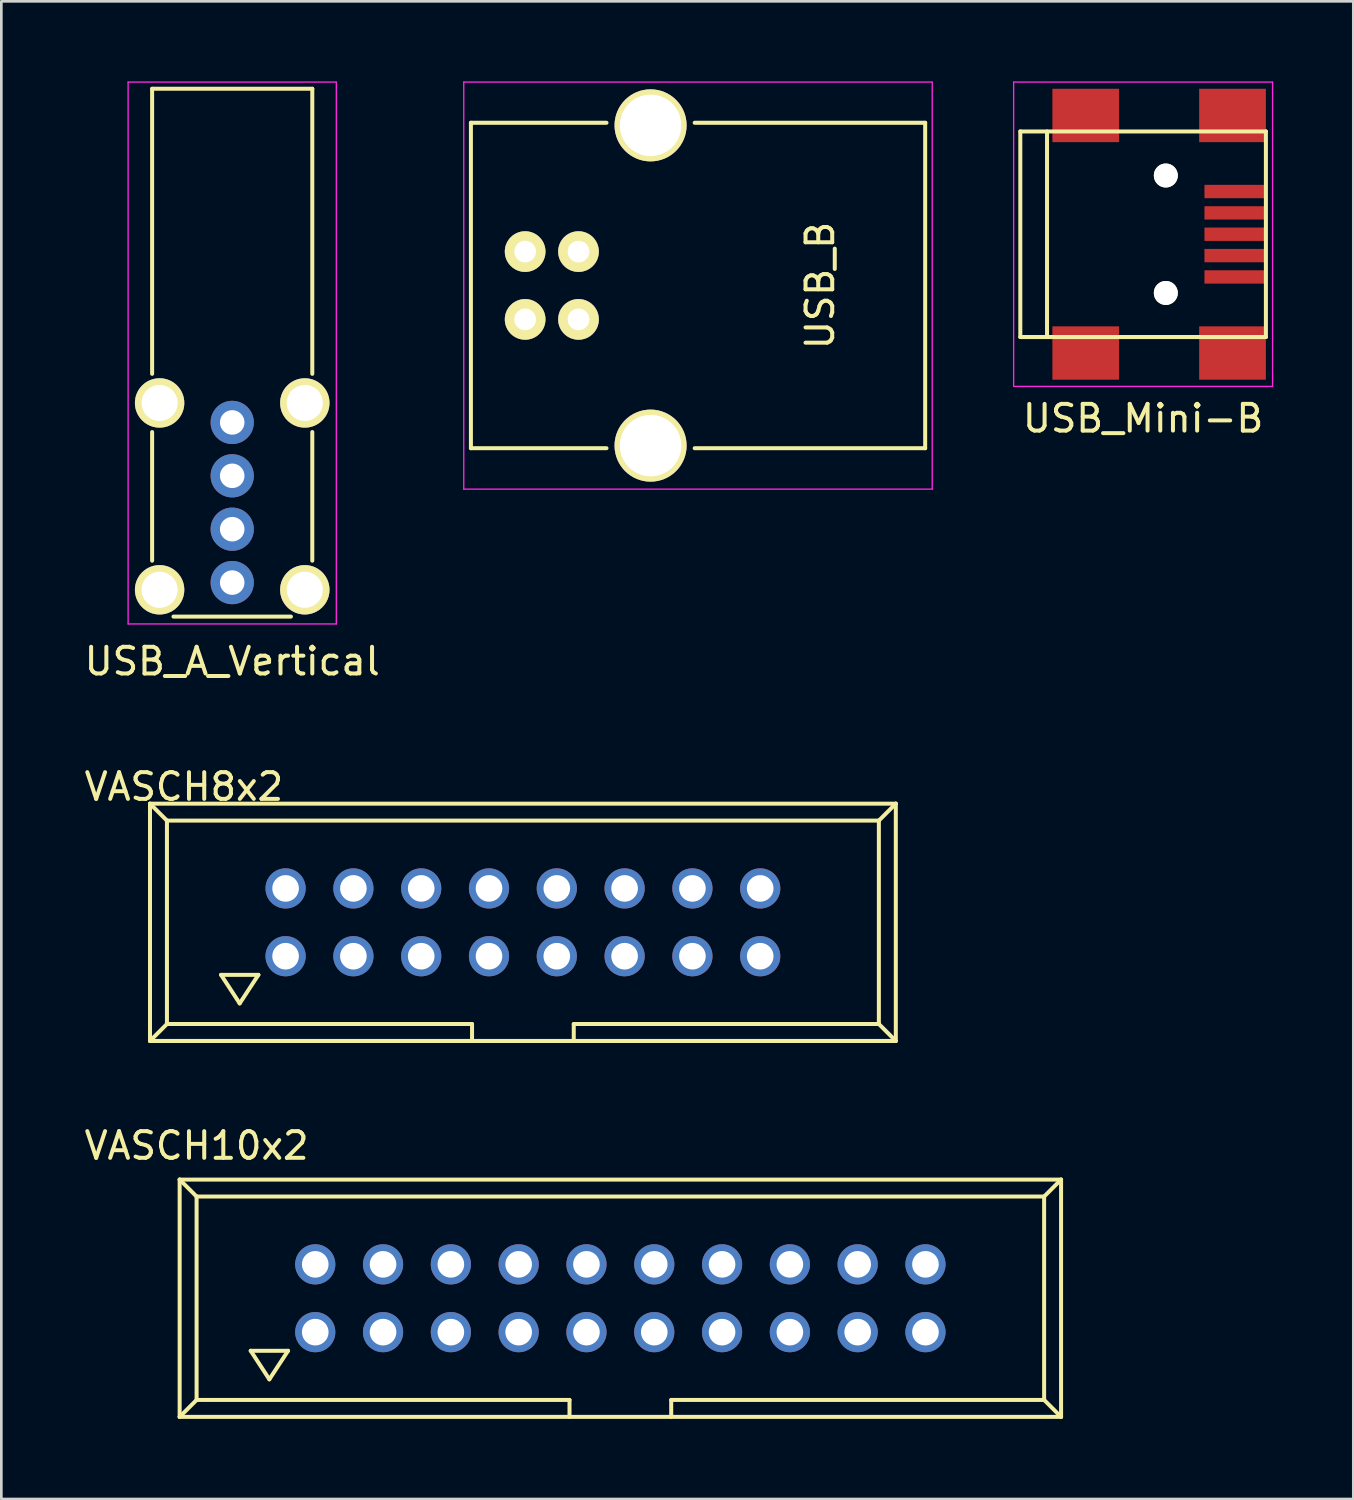
<source format=kicad_pcb>
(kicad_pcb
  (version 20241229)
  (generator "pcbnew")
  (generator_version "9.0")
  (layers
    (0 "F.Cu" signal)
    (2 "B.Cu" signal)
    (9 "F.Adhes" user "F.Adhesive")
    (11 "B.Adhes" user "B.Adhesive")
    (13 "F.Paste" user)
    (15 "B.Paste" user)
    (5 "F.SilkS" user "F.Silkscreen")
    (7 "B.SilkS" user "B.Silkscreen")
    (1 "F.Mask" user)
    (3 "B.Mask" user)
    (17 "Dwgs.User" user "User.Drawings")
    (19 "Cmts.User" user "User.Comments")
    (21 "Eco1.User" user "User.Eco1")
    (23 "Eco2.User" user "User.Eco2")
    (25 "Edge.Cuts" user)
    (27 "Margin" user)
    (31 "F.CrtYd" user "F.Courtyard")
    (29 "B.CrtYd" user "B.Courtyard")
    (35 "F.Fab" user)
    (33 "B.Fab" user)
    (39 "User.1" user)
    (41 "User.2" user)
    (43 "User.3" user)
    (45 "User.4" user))
  (footprint "USB_A_Vertical"
    (layer "F.Cu")
    (at 5.649 12.775)
    (property "Reference" "USB_A_Vertical" (at 0 8.95 0) (layer "F.SilkS") (effects (font (size 1 1) (thickness 0.15))))
    (attr through_hole)
    (fp_line (start -3 -12.5) (end 3 -12.5) (stroke (width 0.15) (type solid)) (layer "F.SilkS"))
    (fp_line (start -3 -1.82) (end -3 -12.5) (stroke (width 0.15) (type solid)) (layer "F.SilkS"))
    (fp_line (start -3 0.36) (end -3 5.18) (stroke (width 0.15) (type solid)) (layer "F.SilkS"))
    (fp_line (start 2.2 7.274) (end -2.2 7.274) (stroke (width 0.15) (type solid)) (layer "F.SilkS"))
    (fp_line (start 3 -1.82) (end 3 -12.5) (stroke (width 0.15) (type solid)) (layer "F.SilkS"))
    (fp_line (start 3 0.36) (end 3 5.18) (stroke (width 0.15) (type solid)) (layer "F.SilkS"))
    (fp_line (start -3.9 -12.75) (end 3.9 -12.75) (stroke (width 0.05) (type solid)) (layer "F.CrtYd"))
    (fp_line (start -3.9 7.55) (end -3.9 -12.75) (stroke (width 0.05) (type solid)) (layer "F.CrtYd"))
    (fp_line (start 3.9 -12.75) (end 3.9 7.55) (stroke (width 0.05) (type solid)) (layer "F.CrtYd"))
    (fp_line (start 3.9 7.55) (end -3.9 7.55) (stroke (width 0.05) (type solid)) (layer "F.CrtYd"))
    (pad "1" thru_hole circle (at 0 0) (size 1.62 1.62) (drill 0.92) (layers "*.Cu" "*.Mask"))
    (pad "2" thru_hole circle (at 0 2) (size 1.62 1.62) (drill 0.92) (layers "*.Cu" "*.Mask"))
    (pad "3" thru_hole circle (at 0 4) (size 1.62 1.62) (drill 0.92) (layers "*.Cu" "*.Mask"))
    (pad "4" thru_hole circle (at 0 6) (size 1.62 1.62) (drill 0.92) (layers "*.Cu" "*.Mask"))
    (pad "5" thru_hole circle (at -2.72 -0.73) (size 1.85 1.85) (drill 1.35) (layers "*.Cu" "*.Mask" "F.SilkS"))
    (pad "5" thru_hole circle (at -2.72 6.27) (size 1.85 1.85) (drill 1.35) (layers "*.Cu" "*.Mask" "F.SilkS"))
    (pad "5" thru_hole circle (at 2.72 -0.73) (size 1.85 1.85) (drill 1.35) (layers "*.Cu" "*.Mask" "F.SilkS"))
    (pad "5" thru_hole circle (at 2.72 6.27) (size 1.85 1.85) (drill 1.35) (layers "*.Cu" "*.Mask" "F.SilkS")))
  (footprint "VASCH8x2"
    (layer "F.Cu")
    (at 16.539 31.502)
    (property "Reference" "VASCH8x2" (at -12.7 -5.08 0) (layer "F.SilkS") (effects (font (size 1 1) (thickness 0.15))))
    (attr exclude_from_pos_files exclude_from_bom)
    (fp_line (start -13.97 -4.445) (end -13.97 4.445) (stroke (width 0.15) (type solid)) (layer "F.SilkS"))
    (fp_line (start -13.97 -4.445) (end 13.97 -4.445) (stroke (width 0.15) (type solid)) (layer "F.SilkS"))
    (fp_line (start -13.335 -3.81) (end -13.97 -4.445) (stroke (width 0.15) (type solid)) (layer "F.SilkS"))
    (fp_line (start -13.335 -3.81) (end -13.335 3.81) (stroke (width 0.15) (type solid)) (layer "F.SilkS"))
    (fp_line (start -13.335 3.81) (end -13.97 4.445) (stroke (width 0.15) (type solid)) (layer "F.SilkS"))
    (fp_line (start -13.335 3.81) (end -1.905 3.81) (stroke (width 0.15) (type solid)) (layer "F.SilkS"))
    (fp_line (start -11.308 1.968) (end -10.61 3.038) (stroke (width 0.15) (type solid)) (layer "F.SilkS"))
    (fp_line (start -10.61 3.038) (end -9.909 1.968) (stroke (width 0.15) (type solid)) (layer "F.SilkS"))
    (fp_line (start -9.909 1.968) (end -11.308 1.968) (stroke (width 0.15) (type solid)) (layer "F.SilkS"))
    (fp_line (start -1.905 3.81) (end -1.905 4.445) (stroke (width 0.15) (type solid)) (layer "F.SilkS"))
    (fp_line (start 1.905 3.81) (end 13.335 3.81) (stroke (width 0.15) (type solid)) (layer "F.SilkS"))
    (fp_line (start 1.905 4.445) (end 1.905 3.81) (stroke (width 0.15) (type solid)) (layer "F.SilkS"))
    (fp_line (start 13.335 -3.81) (end -13.335 -3.81) (stroke (width 0.15) (type solid)) (layer "F.SilkS"))
    (fp_line (start 13.335 -3.81) (end 13.97 -4.445) (stroke (width 0.15) (type solid)) (layer "F.SilkS"))
    (fp_line (start 13.335 3.81) (end 13.335 -3.81) (stroke (width 0.15) (type solid)) (layer "F.SilkS"))
    (fp_line (start 13.335 3.81) (end 13.97 4.445) (stroke (width 0.15) (type solid)) (layer "F.SilkS"))
    (fp_line (start 13.97 -4.445) (end 13.97 4.445) (stroke (width 0.15) (type solid)) (layer "F.SilkS"))
    (fp_line (start 13.97 4.445) (end -13.97 4.445) (stroke (width 0.15) (type solid)) (layer "F.SilkS"))
    (pad "1" thru_hole circle (at -8.89 1.27) (size 1.506 1.506) (drill 0.998) (layers "*.Cu" "*.Mask"))
    (pad "2" thru_hole circle (at -8.89 -1.27) (size 1.506 1.506) (drill 0.998) (layers "*.Cu" "*.Mask"))
    (pad "3" thru_hole circle (at -6.35 1.27) (size 1.506 1.506) (drill 0.998) (layers "*.Cu" "*.Mask"))
    (pad "4" thru_hole circle (at -6.35 -1.27) (size 1.506 1.506) (drill 0.998) (layers "*.Cu" "*.Mask"))
    (pad "5" thru_hole circle (at -3.81 1.27) (size 1.506 1.506) (drill 0.998) (layers "*.Cu" "*.Mask"))
    (pad "6" thru_hole circle (at -3.81 -1.27) (size 1.506 1.506) (drill 0.998) (layers "*.Cu" "*.Mask"))
    (pad "7" thru_hole circle (at -1.27 1.27) (size 1.506 1.506) (drill 0.998) (layers "*.Cu" "*.Mask"))
    (pad "8" thru_hole circle (at -1.27 -1.27) (size 1.506 1.506) (drill 0.998) (layers "*.Cu" "*.Mask"))
    (pad "9" thru_hole circle (at 1.27 1.27) (size 1.506 1.506) (drill 0.998) (layers "*.Cu" "*.Mask"))
    (pad "10" thru_hole circle (at 1.27 -1.27) (size 1.506 1.506) (drill 0.998) (layers "*.Cu" "*.Mask"))
    (pad "11" thru_hole circle (at 3.81 1.27) (size 1.506 1.506) (drill 0.998) (layers "*.Cu" "*.Mask"))
    (pad "12" thru_hole circle (at 3.81 -1.27) (size 1.506 1.506) (drill 0.998) (layers "*.Cu" "*.Mask"))
    (pad "13" thru_hole circle (at 6.35 1.27) (size 1.506 1.506) (drill 0.998) (layers "*.Cu" "*.Mask"))
    (pad "14" thru_hole circle (at 6.35 -1.27) (size 1.506 1.506) (drill 0.998) (layers "*.Cu" "*.Mask"))
    (pad "15" thru_hole circle (at 8.89 1.27) (size 1.506 1.506) (drill 0.998) (layers "*.Cu" "*.Mask"))
    (pad "16" thru_hole circle (at 8.89 -1.27) (size 1.506 1.506) (drill 0.998) (layers "*.Cu" "*.Mask")))
  (footprint "USB_B"
    (layer "F.Cu")
    (at 16.623 6.375)
    (property "Reference" "USB_B" (at 11.049 1.27 90) (layer "F.SilkS") (effects (font (size 1 1) (thickness 0.15))))
    (attr through_hole)
    (fp_line (start -2.032 -4.826) (end 3.048 -4.826) (stroke (width 0.15) (type solid)) (layer "F.SilkS"))
    (fp_line (start -2.032 7.366) (end -2.032 -4.826) (stroke (width 0.15) (type solid)) (layer "F.SilkS"))
    (fp_line (start -2.032 7.366) (end 3.048 7.366) (stroke (width 0.15) (type solid)) (layer "F.SilkS"))
    (fp_line (start 6.35 -4.826) (end 14.986 -4.826) (stroke (width 0.15) (type solid)) (layer "F.SilkS"))
    (fp_line (start 6.35 7.366) (end 14.986 7.366) (stroke (width 0.15) (type solid)) (layer "F.SilkS"))
    (fp_line (start 14.986 -4.826) (end 14.986 7.366) (stroke (width 0.15) (type solid)) (layer "F.SilkS"))
    (fp_line (start -2.3 -6.35) (end 15.25 -6.35) (stroke (width 0.05) (type solid)) (layer "F.CrtYd"))
    (fp_line (start -2.3 8.9) (end -2.3 -6.35) (stroke (width 0.05) (type solid)) (layer "F.CrtYd"))
    (fp_line (start 15.25 -6.35) (end 15.25 8.9) (stroke (width 0.05) (type solid)) (layer "F.CrtYd"))
    (fp_line (start 15.25 8.9) (end -2.3 8.9) (stroke (width 0.05) (type solid)) (layer "F.CrtYd"))
    (pad "1" thru_hole circle (at 0 0 270) (size 1.524 1.524) (drill 0.813) (layers "*.Cu" "*.Mask" "F.SilkS"))
    (pad "2" thru_hole circle (at 0 2.54 270) (size 1.524 1.524) (drill 0.813) (layers "*.Cu" "*.Mask" "F.SilkS"))
    (pad "3" thru_hole circle (at 1.999 2.54 270) (size 1.524 1.524) (drill 0.813) (layers "*.Cu" "*.Mask" "F.SilkS"))
    (pad "4" thru_hole circle (at 1.999 0 270) (size 1.524 1.524) (drill 0.813) (layers "*.Cu" "*.Mask" "F.SilkS"))
    (pad "5" thru_hole circle (at 4.699 -4.729 270) (size 2.7 2.7) (drill 2.301) (layers "*.Cu" "*.Mask" "F.SilkS"))
    (pad "5" thru_hole circle (at 4.699 7.269 270) (size 2.7 2.7) (drill 2.301) (layers "*.Cu" "*.Mask" "F.SilkS")))
  (footprint "VASCH10x2"
    (layer "F.Cu")
    (at 20.19 45.585)
    (property "Reference" "VASCH10x2" (at -15.875 -5.715 0) (layer "F.SilkS") (effects (font (size 1 1) (thickness 0.15))))
    (attr exclude_from_pos_files exclude_from_bom)
    (fp_line (start -16.51 -4.445) (end -16.51 4.445) (stroke (width 0.15) (type solid)) (layer "F.SilkS"))
    (fp_line (start -16.51 -4.445) (end -15.875 -3.81) (stroke (width 0.15) (type solid)) (layer "F.SilkS"))
    (fp_line (start -16.51 4.445) (end 16.51 4.445) (stroke (width 0.15) (type solid)) (layer "F.SilkS"))
    (fp_line (start -15.875 -3.81) (end -15.875 3.81) (stroke (width 0.15) (type solid)) (layer "F.SilkS"))
    (fp_line (start -15.875 -3.81) (end 15.875 -3.81) (stroke (width 0.15) (type solid)) (layer "F.SilkS"))
    (fp_line (start -15.875 3.81) (end -16.51 4.445) (stroke (width 0.15) (type solid)) (layer "F.SilkS"))
    (fp_line (start -15.875 3.81) (end -1.905 3.81) (stroke (width 0.15) (type solid)) (layer "F.SilkS"))
    (fp_line (start -13.848 1.968) (end -13.15 3.038) (stroke (width 0.15) (type solid)) (layer "F.SilkS"))
    (fp_line (start -13.15 3.038) (end -12.449 1.968) (stroke (width 0.15) (type solid)) (layer "F.SilkS"))
    (fp_line (start -12.449 1.968) (end -13.848 1.968) (stroke (width 0.15) (type solid)) (layer "F.SilkS"))
    (fp_line (start -1.905 3.81) (end -1.905 4.445) (stroke (width 0.15) (type solid)) (layer "F.SilkS"))
    (fp_line (start 1.905 3.81) (end 1.905 4.445) (stroke (width 0.15) (type solid)) (layer "F.SilkS"))
    (fp_line (start 15.875 -3.81) (end 15.875 3.81) (stroke (width 0.15) (type solid)) (layer "F.SilkS"))
    (fp_line (start 15.875 -3.81) (end 16.51 -4.445) (stroke (width 0.15) (type solid)) (layer "F.SilkS"))
    (fp_line (start 15.875 3.81) (end 1.905 3.81) (stroke (width 0.15) (type solid)) (layer "F.SilkS"))
    (fp_line (start 15.875 3.81) (end 16.51 4.445) (stroke (width 0.15) (type solid)) (layer "F.SilkS"))
    (fp_line (start 16.51 -4.445) (end -16.51 -4.445) (stroke (width 0.15) (type solid)) (layer "F.SilkS"))
    (fp_line (start 16.51 -4.445) (end 16.51 4.445) (stroke (width 0.15) (type solid)) (layer "F.SilkS"))
    (pad "1" thru_hole circle (at -11.43 1.27) (size 1.506 1.506) (drill 0.998) (layers "*.Cu" "*.Mask"))
    (pad "2" thru_hole circle (at -11.43 -1.27) (size 1.506 1.506) (drill 0.998) (layers "*.Cu" "*.Mask"))
    (pad "3" thru_hole circle (at -8.89 1.27) (size 1.506 1.506) (drill 0.998) (layers "*.Cu" "*.Mask"))
    (pad "4" thru_hole circle (at -8.89 -1.27) (size 1.506 1.506) (drill 0.998) (layers "*.Cu" "*.Mask"))
    (pad "5" thru_hole circle (at -6.35 1.27) (size 1.506 1.506) (drill 0.998) (layers "*.Cu" "*.Mask"))
    (pad "6" thru_hole circle (at -6.35 -1.27) (size 1.506 1.506) (drill 0.998) (layers "*.Cu" "*.Mask"))
    (pad "7" thru_hole circle (at -3.81 1.27) (size 1.506 1.506) (drill 0.998) (layers "*.Cu" "*.Mask"))
    (pad "8" thru_hole circle (at -3.81 -1.27) (size 1.506 1.506) (drill 0.998) (layers "*.Cu" "*.Mask"))
    (pad "9" thru_hole circle (at -1.27 1.27) (size 1.506 1.506) (drill 0.998) (layers "*.Cu" "*.Mask"))
    (pad "10" thru_hole circle (at -1.27 -1.27) (size 1.506 1.506) (drill 0.998) (layers "*.Cu" "*.Mask"))
    (pad "11" thru_hole circle (at 1.27 1.27) (size 1.506 1.506) (drill 0.998) (layers "*.Cu" "*.Mask"))
    (pad "12" thru_hole circle (at 1.27 -1.27) (size 1.506 1.506) (drill 0.998) (layers "*.Cu" "*.Mask"))
    (pad "13" thru_hole circle (at 3.81 1.27) (size 1.506 1.506) (drill 0.998) (layers "*.Cu" "*.Mask"))
    (pad "14" thru_hole circle (at 3.81 -1.27) (size 1.506 1.506) (drill 0.998) (layers "*.Cu" "*.Mask"))
    (pad "15" thru_hole circle (at 6.35 1.27) (size 1.506 1.506) (drill 0.998) (layers "*.Cu" "*.Mask"))
    (pad "16" thru_hole circle (at 6.35 -1.27) (size 1.506 1.506) (drill 0.998) (layers "*.Cu" "*.Mask"))
    (pad "17" thru_hole circle (at 8.89 1.27) (size 1.506 1.506) (drill 0.998) (layers "*.Cu" "*.Mask"))
    (pad "18" thru_hole circle (at 8.89 -1.27) (size 1.506 1.506) (drill 0.998) (layers "*.Cu" "*.Mask"))
    (pad "19" thru_hole circle (at 11.43 1.27) (size 1.506 1.506) (drill 0.998) (layers "*.Cu" "*.Mask"))
    (pad "20" thru_hole circle (at 11.43 -1.27) (size 1.506 1.506) (drill 0.998) (layers "*.Cu" "*.Mask")))
  (footprint "USB_Mini-B"
    (layer "F.Cu")
    (at 39.773 5.725)
    (property "Reference" "USB_Mini-B" (at 0 6.901 0) (layer "F.SilkS") (effects (font (size 1 1) (thickness 0.15))))
    (attr smd)
    (fp_line (start -4.6 -3.851) (end -4.6 3.851) (stroke (width 0.15) (type solid)) (layer "F.SilkS"))
    (fp_line (start -4.6 3.851) (end 4.6 3.851) (stroke (width 0.15) (type solid)) (layer "F.SilkS"))
    (fp_line (start -3.599 -3.851) (end -3.599 3.851) (stroke (width 0.15) (type solid)) (layer "F.SilkS"))
    (fp_line (start 4.6 -3.851) (end -4.6 -3.851) (stroke (width 0.15) (type solid)) (layer "F.SilkS"))
    (fp_line (start 4.6 3.851) (end 4.6 -3.851) (stroke (width 0.15) (type solid)) (layer "F.SilkS"))
    (fp_line (start -4.85 -5.7) (end 4.85 -5.7) (stroke (width 0.05) (type solid)) (layer "F.CrtYd"))
    (fp_line (start -4.85 5.7) (end -4.85 -5.7) (stroke (width 0.05) (type solid)) (layer "F.CrtYd"))
    (fp_line (start 4.85 -5.7) (end 4.85 5.7) (stroke (width 0.05) (type solid)) (layer "F.CrtYd"))
    (fp_line (start 4.85 5.7) (end -4.85 5.7) (stroke (width 0.05) (type solid)) (layer "F.CrtYd"))
    (pad "" np_thru_hole circle (at 0.851 -2.2) (size 0.899 0.899) (drill 0.899) (layers "*.Cu" "*.Mask" "F.SilkS"))
    (pad "" np_thru_hole circle (at 0.851 2.2) (size 0.899 0.899) (drill 0.899) (layers "*.Cu" "*.Mask" "F.SilkS"))
    (pad "1" smd rect (at 3.449 -1.6) (size 2.301 0.5) (layers "F.Cu" "F.Mask" "F.Paste"))
    (pad "2" smd rect (at 3.449 -0.8) (size 2.301 0.5) (layers "F.Cu" "F.Mask" "F.Paste"))
    (pad "3" smd rect (at 3.449 0) (size 2.301 0.5) (layers "F.Cu" "F.Mask" "F.Paste"))
    (pad "4" smd rect (at 3.449 0.8) (size 2.301 0.5) (layers "F.Cu" "F.Mask" "F.Paste"))
    (pad "5" smd rect (at 3.449 1.6) (size 2.301 0.5) (layers "F.Cu" "F.Mask" "F.Paste"))
    (pad "6" smd rect (at -2.149 -4.45) (size 2.499 1.999) (layers "F.Cu" "F.Mask" "F.Paste"))
    (pad "6" smd rect (at -2.149 4.45) (size 2.499 1.999) (layers "F.Cu" "F.Mask" "F.Paste"))
    (pad "6" smd rect (at 3.35 -4.45) (size 2.499 1.999) (layers "F.Cu" "F.Mask" "F.Paste"))
    (pad "6" smd rect (at 3.35 4.45) (size 2.499 1.999) (layers "F.Cu" "F.Mask" "F.Paste")))
  (gr_rect
    (start -3 -3)
    (end 47.648 53.105)
    (stroke (width 0.1) (type default))
    (fill no)
    (layer "Edge.Cuts")))
</source>
